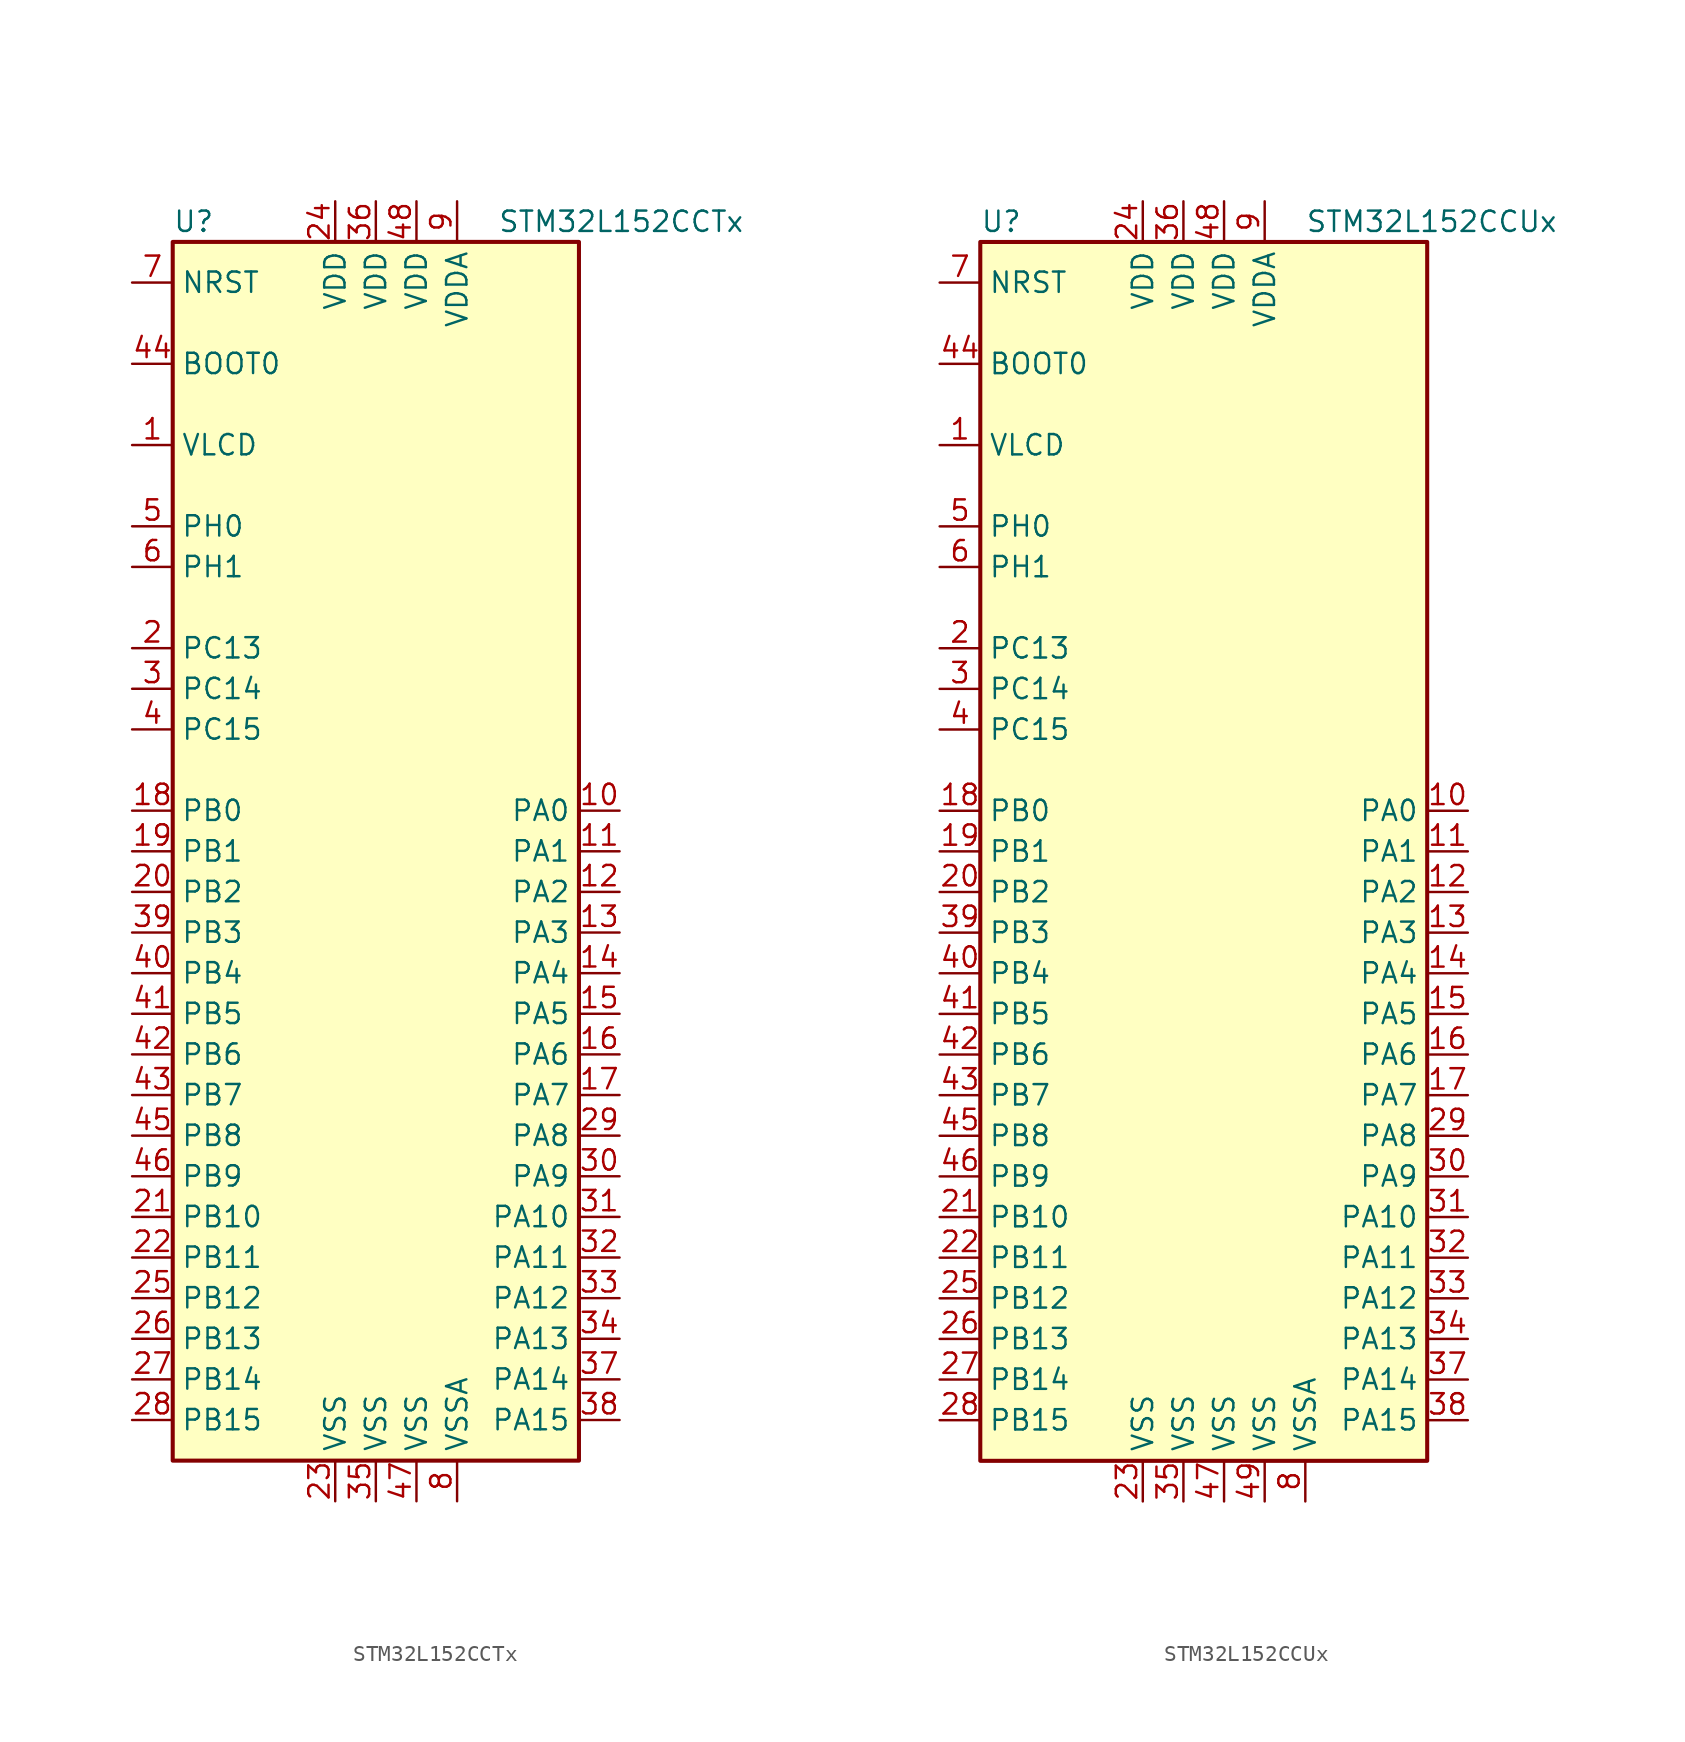
<source format=kicad_sym>
(kicad_symbol_lib
  (version 20201005)
  (generator kicad_symbol_editor)
  (symbol "STM32L152CCTx"
    (property "Reference" "U"
      (at -12.7 39.37 0)
      (effects (font (size 1.27 1.27)) (justify left)))
    (property "Value" "STM32L152CCTx"
      (at 7.62 39.37 0)
      (effects (font (size 1.27 1.27)) (justify left)))
    (symbol "STM32L152CCTx_0_1"
      (rectangle (start -12.7 -38.1) (end 12.7 38.1) (stroke (width 0.254)) (fill (type background))))
    (symbol "STM32L152CCTx_1_1"
      (pin input line (at -15.24 30.48 0) (length 2.54) (name "BOOT0" (effects (font (size 1.27 1.27)))) (number "44" (effects (font (size 1.27 1.27)))))
      (pin input line (at -15.24 35.56 0) (length 2.54) (name "NRST" (effects (font (size 1.27 1.27)))) (number "7" (effects (font (size 1.27 1.27)))))
      (pin bidirectional line (at 15.24 2.54 180) (length 2.54) (name "PA0" (effects (font (size 1.27 1.27)))) (number "10" (effects (font (size 1.27 1.27)))))
      (pin bidirectional line (at 15.24 0 180) (length 2.54) (name "PA1" (effects (font (size 1.27 1.27)))) (number "11" (effects (font (size 1.27 1.27)))))
      (pin bidirectional line (at 15.24 -22.86 180) (length 2.54) (name "PA10" (effects (font (size 1.27 1.27)))) (number "31" (effects (font (size 1.27 1.27)))))
      (pin bidirectional line (at 15.24 -25.4 180) (length 2.54) (name "PA11" (effects (font (size 1.27 1.27)))) (number "32" (effects (font (size 1.27 1.27)))))
      (pin bidirectional line (at 15.24 -27.94 180) (length 2.54) (name "PA12" (effects (font (size 1.27 1.27)))) (number "33" (effects (font (size 1.27 1.27)))))
      (pin bidirectional line (at 15.24 -30.48 180) (length 2.54) (name "PA13" (effects (font (size 1.27 1.27)))) (number "34" (effects (font (size 1.27 1.27)))))
      (pin bidirectional line (at 15.24 -33.02 180) (length 2.54) (name "PA14" (effects (font (size 1.27 1.27)))) (number "37" (effects (font (size 1.27 1.27)))))
      (pin bidirectional line (at 15.24 -35.56 180) (length 2.54) (name "PA15" (effects (font (size 1.27 1.27)))) (number "38" (effects (font (size 1.27 1.27)))))
      (pin bidirectional line (at 15.24 -2.54 180) (length 2.54) (name "PA2" (effects (font (size 1.27 1.27)))) (number "12" (effects (font (size 1.27 1.27)))))
      (pin bidirectional line (at 15.24 -5.08 180) (length 2.54) (name "PA3" (effects (font (size 1.27 1.27)))) (number "13" (effects (font (size 1.27 1.27)))))
      (pin bidirectional line (at 15.24 -7.62 180) (length 2.54) (name "PA4" (effects (font (size 1.27 1.27)))) (number "14" (effects (font (size 1.27 1.27)))))
      (pin bidirectional line (at 15.24 -10.16 180) (length 2.54) (name "PA5" (effects (font (size 1.27 1.27)))) (number "15" (effects (font (size 1.27 1.27)))))
      (pin bidirectional line (at 15.24 -12.7 180) (length 2.54) (name "PA6" (effects (font (size 1.27 1.27)))) (number "16" (effects (font (size 1.27 1.27)))))
      (pin bidirectional line (at 15.24 -15.24 180) (length 2.54) (name "PA7" (effects (font (size 1.27 1.27)))) (number "17" (effects (font (size 1.27 1.27)))))
      (pin bidirectional line (at 15.24 -17.78 180) (length 2.54) (name "PA8" (effects (font (size 1.27 1.27)))) (number "29" (effects (font (size 1.27 1.27)))))
      (pin bidirectional line (at 15.24 -20.32 180) (length 2.54) (name "PA9" (effects (font (size 1.27 1.27)))) (number "30" (effects (font (size 1.27 1.27)))))
      (pin bidirectional line (at -15.24 2.54 0) (length 2.54) (name "PB0" (effects (font (size 1.27 1.27)))) (number "18" (effects (font (size 1.27 1.27)))))
      (pin bidirectional line (at -15.24 0 0) (length 2.54) (name "PB1" (effects (font (size 1.27 1.27)))) (number "19" (effects (font (size 1.27 1.27)))))
      (pin bidirectional line (at -15.24 -22.86 0) (length 2.54) (name "PB10" (effects (font (size 1.27 1.27)))) (number "21" (effects (font (size 1.27 1.27)))))
      (pin bidirectional line (at -15.24 -25.4 0) (length 2.54) (name "PB11" (effects (font (size 1.27 1.27)))) (number "22" (effects (font (size 1.27 1.27)))))
      (pin bidirectional line (at -15.24 -27.94 0) (length 2.54) (name "PB12" (effects (font (size 1.27 1.27)))) (number "25" (effects (font (size 1.27 1.27)))))
      (pin bidirectional line (at -15.24 -30.48 0) (length 2.54) (name "PB13" (effects (font (size 1.27 1.27)))) (number "26" (effects (font (size 1.27 1.27)))))
      (pin bidirectional line (at -15.24 -33.02 0) (length 2.54) (name "PB14" (effects (font (size 1.27 1.27)))) (number "27" (effects (font (size 1.27 1.27)))))
      (pin bidirectional line (at -15.24 -35.56 0) (length 2.54) (name "PB15" (effects (font (size 1.27 1.27)))) (number "28" (effects (font (size 1.27 1.27)))))
      (pin bidirectional line (at -15.24 -2.54 0) (length 2.54) (name "PB2" (effects (font (size 1.27 1.27)))) (number "20" (effects (font (size 1.27 1.27)))))
      (pin bidirectional line (at -15.24 -5.08 0) (length 2.54) (name "PB3" (effects (font (size 1.27 1.27)))) (number "39" (effects (font (size 1.27 1.27)))))
      (pin bidirectional line (at -15.24 -7.62 0) (length 2.54) (name "PB4" (effects (font (size 1.27 1.27)))) (number "40" (effects (font (size 1.27 1.27)))))
      (pin bidirectional line (at -15.24 -10.16 0) (length 2.54) (name "PB5" (effects (font (size 1.27 1.27)))) (number "41" (effects (font (size 1.27 1.27)))))
      (pin bidirectional line (at -15.24 -12.7 0) (length 2.54) (name "PB6" (effects (font (size 1.27 1.27)))) (number "42" (effects (font (size 1.27 1.27)))))
      (pin bidirectional line (at -15.24 -15.24 0) (length 2.54) (name "PB7" (effects (font (size 1.27 1.27)))) (number "43" (effects (font (size 1.27 1.27)))))
      (pin bidirectional line (at -15.24 -17.78 0) (length 2.54) (name "PB8" (effects (font (size 1.27 1.27)))) (number "45" (effects (font (size 1.27 1.27)))))
      (pin bidirectional line (at -15.24 -20.32 0) (length 2.54) (name "PB9" (effects (font (size 1.27 1.27)))) (number "46" (effects (font (size 1.27 1.27)))))
      (pin bidirectional line (at -15.24 12.7 0) (length 2.54) (name "PC13" (effects (font (size 1.27 1.27)))) (number "2" (effects (font (size 1.27 1.27)))))
      (pin bidirectional line (at -15.24 10.16 0) (length 2.54) (name "PC14" (effects (font (size 1.27 1.27)))) (number "3" (effects (font (size 1.27 1.27)))))
      (pin bidirectional line (at -15.24 7.62 0) (length 2.54) (name "PC15" (effects (font (size 1.27 1.27)))) (number "4" (effects (font (size 1.27 1.27)))))
      (pin input line (at -15.24 20.32 0) (length 2.54) (name "PH0" (effects (font (size 1.27 1.27)))) (number "5" (effects (font (size 1.27 1.27)))))
      (pin input line (at -15.24 17.78 0) (length 2.54) (name "PH1" (effects (font (size 1.27 1.27)))) (number "6" (effects (font (size 1.27 1.27)))))
      (pin power_in line (at -2.54 40.64 270) (length 2.54) (name "VDD" (effects (font (size 1.27 1.27)))) (number "24" (effects (font (size 1.27 1.27)))))
      (pin power_in line (at 0 40.64 270) (length 2.54) (name "VDD" (effects (font (size 1.27 1.27)))) (number "36" (effects (font (size 1.27 1.27)))))
      (pin power_in line (at 2.54 40.64 270) (length 2.54) (name "VDD" (effects (font (size 1.27 1.27)))) (number "48" (effects (font (size 1.27 1.27)))))
      (pin power_in line (at 5.08 40.64 270) (length 2.54) (name "VDDA" (effects (font (size 1.27 1.27)))) (number "9" (effects (font (size 1.27 1.27)))))
      (pin power_in line (at -15.24 25.4 0) (length 2.54) (name "VLCD" (effects (font (size 1.27 1.27)))) (number "1" (effects (font (size 1.27 1.27)))))
      (pin power_in line (at -2.54 -40.64 90) (length 2.54) (name "VSS" (effects (font (size 1.27 1.27)))) (number "23" (effects (font (size 1.27 1.27)))))
      (pin power_in line (at 0 -40.64 90) (length 2.54) (name "VSS" (effects (font (size 1.27 1.27)))) (number "35" (effects (font (size 1.27 1.27)))))
      (pin power_in line (at 2.54 -40.64 90) (length 2.54) (name "VSS" (effects (font (size 1.27 1.27)))) (number "47" (effects (font (size 1.27 1.27)))))
      (pin power_in line (at 5.08 -40.64 90) (length 2.54) (name "VSSA" (effects (font (size 1.27 1.27)))) (number "8" (effects (font (size 1.27 1.27)))))))
  (symbol "STM32L152CCUx"
    (property "Reference" "U"
      (at -15.24 39.37 0)
      (effects (font (size 1.27 1.27)) (justify left)))
    (property "Value" "STM32L152CCUx"
      (at 5.08 39.37 0)
      (effects (font (size 1.27 1.27)) (justify left)))
    (symbol "STM32L152CCUx_0_1"
      (rectangle (start -15.24 -38.1) (end 12.7 38.1) (stroke (width 0.254)) (fill (type background))))
    (symbol "STM32L152CCUx_1_1"
      (pin input line (at -17.78 30.48 0) (length 2.54) (name "BOOT0" (effects (font (size 1.27 1.27)))) (number "44" (effects (font (size 1.27 1.27)))))
      (pin input line (at -17.78 35.56 0) (length 2.54) (name "NRST" (effects (font (size 1.27 1.27)))) (number "7" (effects (font (size 1.27 1.27)))))
      (pin bidirectional line (at 15.24 2.54 180) (length 2.54) (name "PA0" (effects (font (size 1.27 1.27)))) (number "10" (effects (font (size 1.27 1.27)))))
      (pin bidirectional line (at 15.24 0 180) (length 2.54) (name "PA1" (effects (font (size 1.27 1.27)))) (number "11" (effects (font (size 1.27 1.27)))))
      (pin bidirectional line (at 15.24 -22.86 180) (length 2.54) (name "PA10" (effects (font (size 1.27 1.27)))) (number "31" (effects (font (size 1.27 1.27)))))
      (pin bidirectional line (at 15.24 -25.4 180) (length 2.54) (name "PA11" (effects (font (size 1.27 1.27)))) (number "32" (effects (font (size 1.27 1.27)))))
      (pin bidirectional line (at 15.24 -27.94 180) (length 2.54) (name "PA12" (effects (font (size 1.27 1.27)))) (number "33" (effects (font (size 1.27 1.27)))))
      (pin bidirectional line (at 15.24 -30.48 180) (length 2.54) (name "PA13" (effects (font (size 1.27 1.27)))) (number "34" (effects (font (size 1.27 1.27)))))
      (pin bidirectional line (at 15.24 -33.02 180) (length 2.54) (name "PA14" (effects (font (size 1.27 1.27)))) (number "37" (effects (font (size 1.27 1.27)))))
      (pin bidirectional line (at 15.24 -35.56 180) (length 2.54) (name "PA15" (effects (font (size 1.27 1.27)))) (number "38" (effects (font (size 1.27 1.27)))))
      (pin bidirectional line (at 15.24 -2.54 180) (length 2.54) (name "PA2" (effects (font (size 1.27 1.27)))) (number "12" (effects (font (size 1.27 1.27)))))
      (pin bidirectional line (at 15.24 -5.08 180) (length 2.54) (name "PA3" (effects (font (size 1.27 1.27)))) (number "13" (effects (font (size 1.27 1.27)))))
      (pin bidirectional line (at 15.24 -7.62 180) (length 2.54) (name "PA4" (effects (font (size 1.27 1.27)))) (number "14" (effects (font (size 1.27 1.27)))))
      (pin bidirectional line (at 15.24 -10.16 180) (length 2.54) (name "PA5" (effects (font (size 1.27 1.27)))) (number "15" (effects (font (size 1.27 1.27)))))
      (pin bidirectional line (at 15.24 -12.7 180) (length 2.54) (name "PA6" (effects (font (size 1.27 1.27)))) (number "16" (effects (font (size 1.27 1.27)))))
      (pin bidirectional line (at 15.24 -15.24 180) (length 2.54) (name "PA7" (effects (font (size 1.27 1.27)))) (number "17" (effects (font (size 1.27 1.27)))))
      (pin bidirectional line (at 15.24 -17.78 180) (length 2.54) (name "PA8" (effects (font (size 1.27 1.27)))) (number "29" (effects (font (size 1.27 1.27)))))
      (pin bidirectional line (at 15.24 -20.32 180) (length 2.54) (name "PA9" (effects (font (size 1.27 1.27)))) (number "30" (effects (font (size 1.27 1.27)))))
      (pin bidirectional line (at -17.78 2.54 0) (length 2.54) (name "PB0" (effects (font (size 1.27 1.27)))) (number "18" (effects (font (size 1.27 1.27)))))
      (pin bidirectional line (at -17.78 0 0) (length 2.54) (name "PB1" (effects (font (size 1.27 1.27)))) (number "19" (effects (font (size 1.27 1.27)))))
      (pin bidirectional line (at -17.78 -22.86 0) (length 2.54) (name "PB10" (effects (font (size 1.27 1.27)))) (number "21" (effects (font (size 1.27 1.27)))))
      (pin bidirectional line (at -17.78 -25.4 0) (length 2.54) (name "PB11" (effects (font (size 1.27 1.27)))) (number "22" (effects (font (size 1.27 1.27)))))
      (pin bidirectional line (at -17.78 -27.94 0) (length 2.54) (name "PB12" (effects (font (size 1.27 1.27)))) (number "25" (effects (font (size 1.27 1.27)))))
      (pin bidirectional line (at -17.78 -30.48 0) (length 2.54) (name "PB13" (effects (font (size 1.27 1.27)))) (number "26" (effects (font (size 1.27 1.27)))))
      (pin bidirectional line (at -17.78 -33.02 0) (length 2.54) (name "PB14" (effects (font (size 1.27 1.27)))) (number "27" (effects (font (size 1.27 1.27)))))
      (pin bidirectional line (at -17.78 -35.56 0) (length 2.54) (name "PB15" (effects (font (size 1.27 1.27)))) (number "28" (effects (font (size 1.27 1.27)))))
      (pin bidirectional line (at -17.78 -2.54 0) (length 2.54) (name "PB2" (effects (font (size 1.27 1.27)))) (number "20" (effects (font (size 1.27 1.27)))))
      (pin bidirectional line (at -17.78 -5.08 0) (length 2.54) (name "PB3" (effects (font (size 1.27 1.27)))) (number "39" (effects (font (size 1.27 1.27)))))
      (pin bidirectional line (at -17.78 -7.62 0) (length 2.54) (name "PB4" (effects (font (size 1.27 1.27)))) (number "40" (effects (font (size 1.27 1.27)))))
      (pin bidirectional line (at -17.78 -10.16 0) (length 2.54) (name "PB5" (effects (font (size 1.27 1.27)))) (number "41" (effects (font (size 1.27 1.27)))))
      (pin bidirectional line (at -17.78 -12.7 0) (length 2.54) (name "PB6" (effects (font (size 1.27 1.27)))) (number "42" (effects (font (size 1.27 1.27)))))
      (pin bidirectional line (at -17.78 -15.24 0) (length 2.54) (name "PB7" (effects (font (size 1.27 1.27)))) (number "43" (effects (font (size 1.27 1.27)))))
      (pin bidirectional line (at -17.78 -17.78 0) (length 2.54) (name "PB8" (effects (font (size 1.27 1.27)))) (number "45" (effects (font (size 1.27 1.27)))))
      (pin bidirectional line (at -17.78 -20.32 0) (length 2.54) (name "PB9" (effects (font (size 1.27 1.27)))) (number "46" (effects (font (size 1.27 1.27)))))
      (pin bidirectional line (at -17.78 12.7 0) (length 2.54) (name "PC13" (effects (font (size 1.27 1.27)))) (number "2" (effects (font (size 1.27 1.27)))))
      (pin bidirectional line (at -17.78 10.16 0) (length 2.54) (name "PC14" (effects (font (size 1.27 1.27)))) (number "3" (effects (font (size 1.27 1.27)))))
      (pin bidirectional line (at -17.78 7.62 0) (length 2.54) (name "PC15" (effects (font (size 1.27 1.27)))) (number "4" (effects (font (size 1.27 1.27)))))
      (pin input line (at -17.78 20.32 0) (length 2.54) (name "PH0" (effects (font (size 1.27 1.27)))) (number "5" (effects (font (size 1.27 1.27)))))
      (pin input line (at -17.78 17.78 0) (length 2.54) (name "PH1" (effects (font (size 1.27 1.27)))) (number "6" (effects (font (size 1.27 1.27)))))
      (pin power_in line (at -5.08 40.64 270) (length 2.54) (name "VDD" (effects (font (size 1.27 1.27)))) (number "24" (effects (font (size 1.27 1.27)))))
      (pin power_in line (at -2.54 40.64 270) (length 2.54) (name "VDD" (effects (font (size 1.27 1.27)))) (number "36" (effects (font (size 1.27 1.27)))))
      (pin power_in line (at 0 40.64 270) (length 2.54) (name "VDD" (effects (font (size 1.27 1.27)))) (number "48" (effects (font (size 1.27 1.27)))))
      (pin power_in line (at 2.54 40.64 270) (length 2.54) (name "VDDA" (effects (font (size 1.27 1.27)))) (number "9" (effects (font (size 1.27 1.27)))))
      (pin power_in line (at -17.78 25.4 0) (length 2.54) (name "VLCD" (effects (font (size 1.27 1.27)))) (number "1" (effects (font (size 1.27 1.27)))))
      (pin power_in line (at -5.08 -40.64 90) (length 2.54) (name "VSS" (effects (font (size 1.27 1.27)))) (number "23" (effects (font (size 1.27 1.27)))))
      (pin power_in line (at -2.54 -40.64 90) (length 2.54) (name "VSS" (effects (font (size 1.27 1.27)))) (number "35" (effects (font (size 1.27 1.27)))))
      (pin power_in line (at 0 -40.64 90) (length 2.54) (name "VSS" (effects (font (size 1.27 1.27)))) (number "47" (effects (font (size 1.27 1.27)))))
      (pin power_in line (at 2.54 -40.64 90) (length 2.54) (name "VSS" (effects (font (size 1.27 1.27)))) (number "49" (effects (font (size 1.27 1.27)))))
      (pin power_in line (at 5.08 -40.64 90) (length 2.54) (name "VSSA" (effects (font (size 1.27 1.27)))) (number "8" (effects (font (size 1.27 1.27))))))))
</source>
